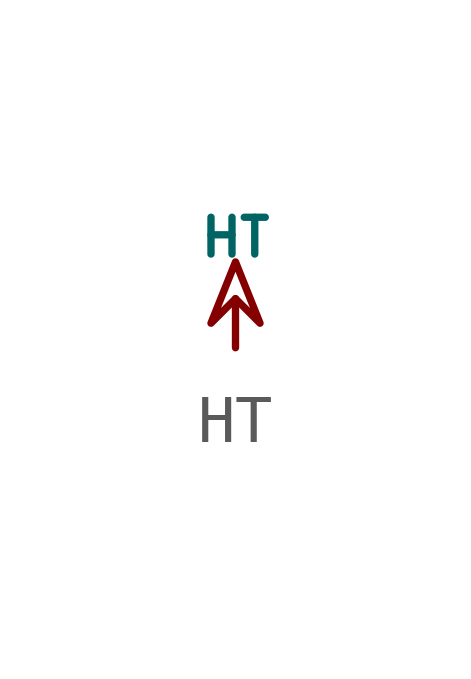
<source format=kicad_sym>
(kicad_symbol_lib
  (version 20211014)
  (generator kicad_symbol_editor)
  (symbol "HT"
    (power)
    (pin_names
      (offset 0))
    (property "Reference" "#PWR"
      (at 0 3.048 0)
      (effects (font (size 0.508 0.508)) hide))
    (property "Value" "HT"
      (at 0 2.286 0)
      (effects (font (size 0.762 0.762))))
    (symbol "HT_0_0"
      (pin power_in line (at 0 0 90) (length 0) hide (name "HT" (effects (font (size 0.508 0.508)))) (number "1" (effects (font (size 0.508 0.508))))))
    (symbol "HT_0_1"
      (polyline (pts (xy 0 0) (xy 0 1.016) (xy 0 1.016)) (stroke (width 0) (type default) (color 0 0 0 0)) (fill (type none)))
      (polyline (pts (xy 0 1.016) (xy 0.508 0.508) (xy 0 1.778) (xy -0.508 0.508) (xy 0 1.016) (xy 0 1.016)) (stroke (width 0) (type default) (color 0 0 0 0)) (fill (type none))))))
</source>
